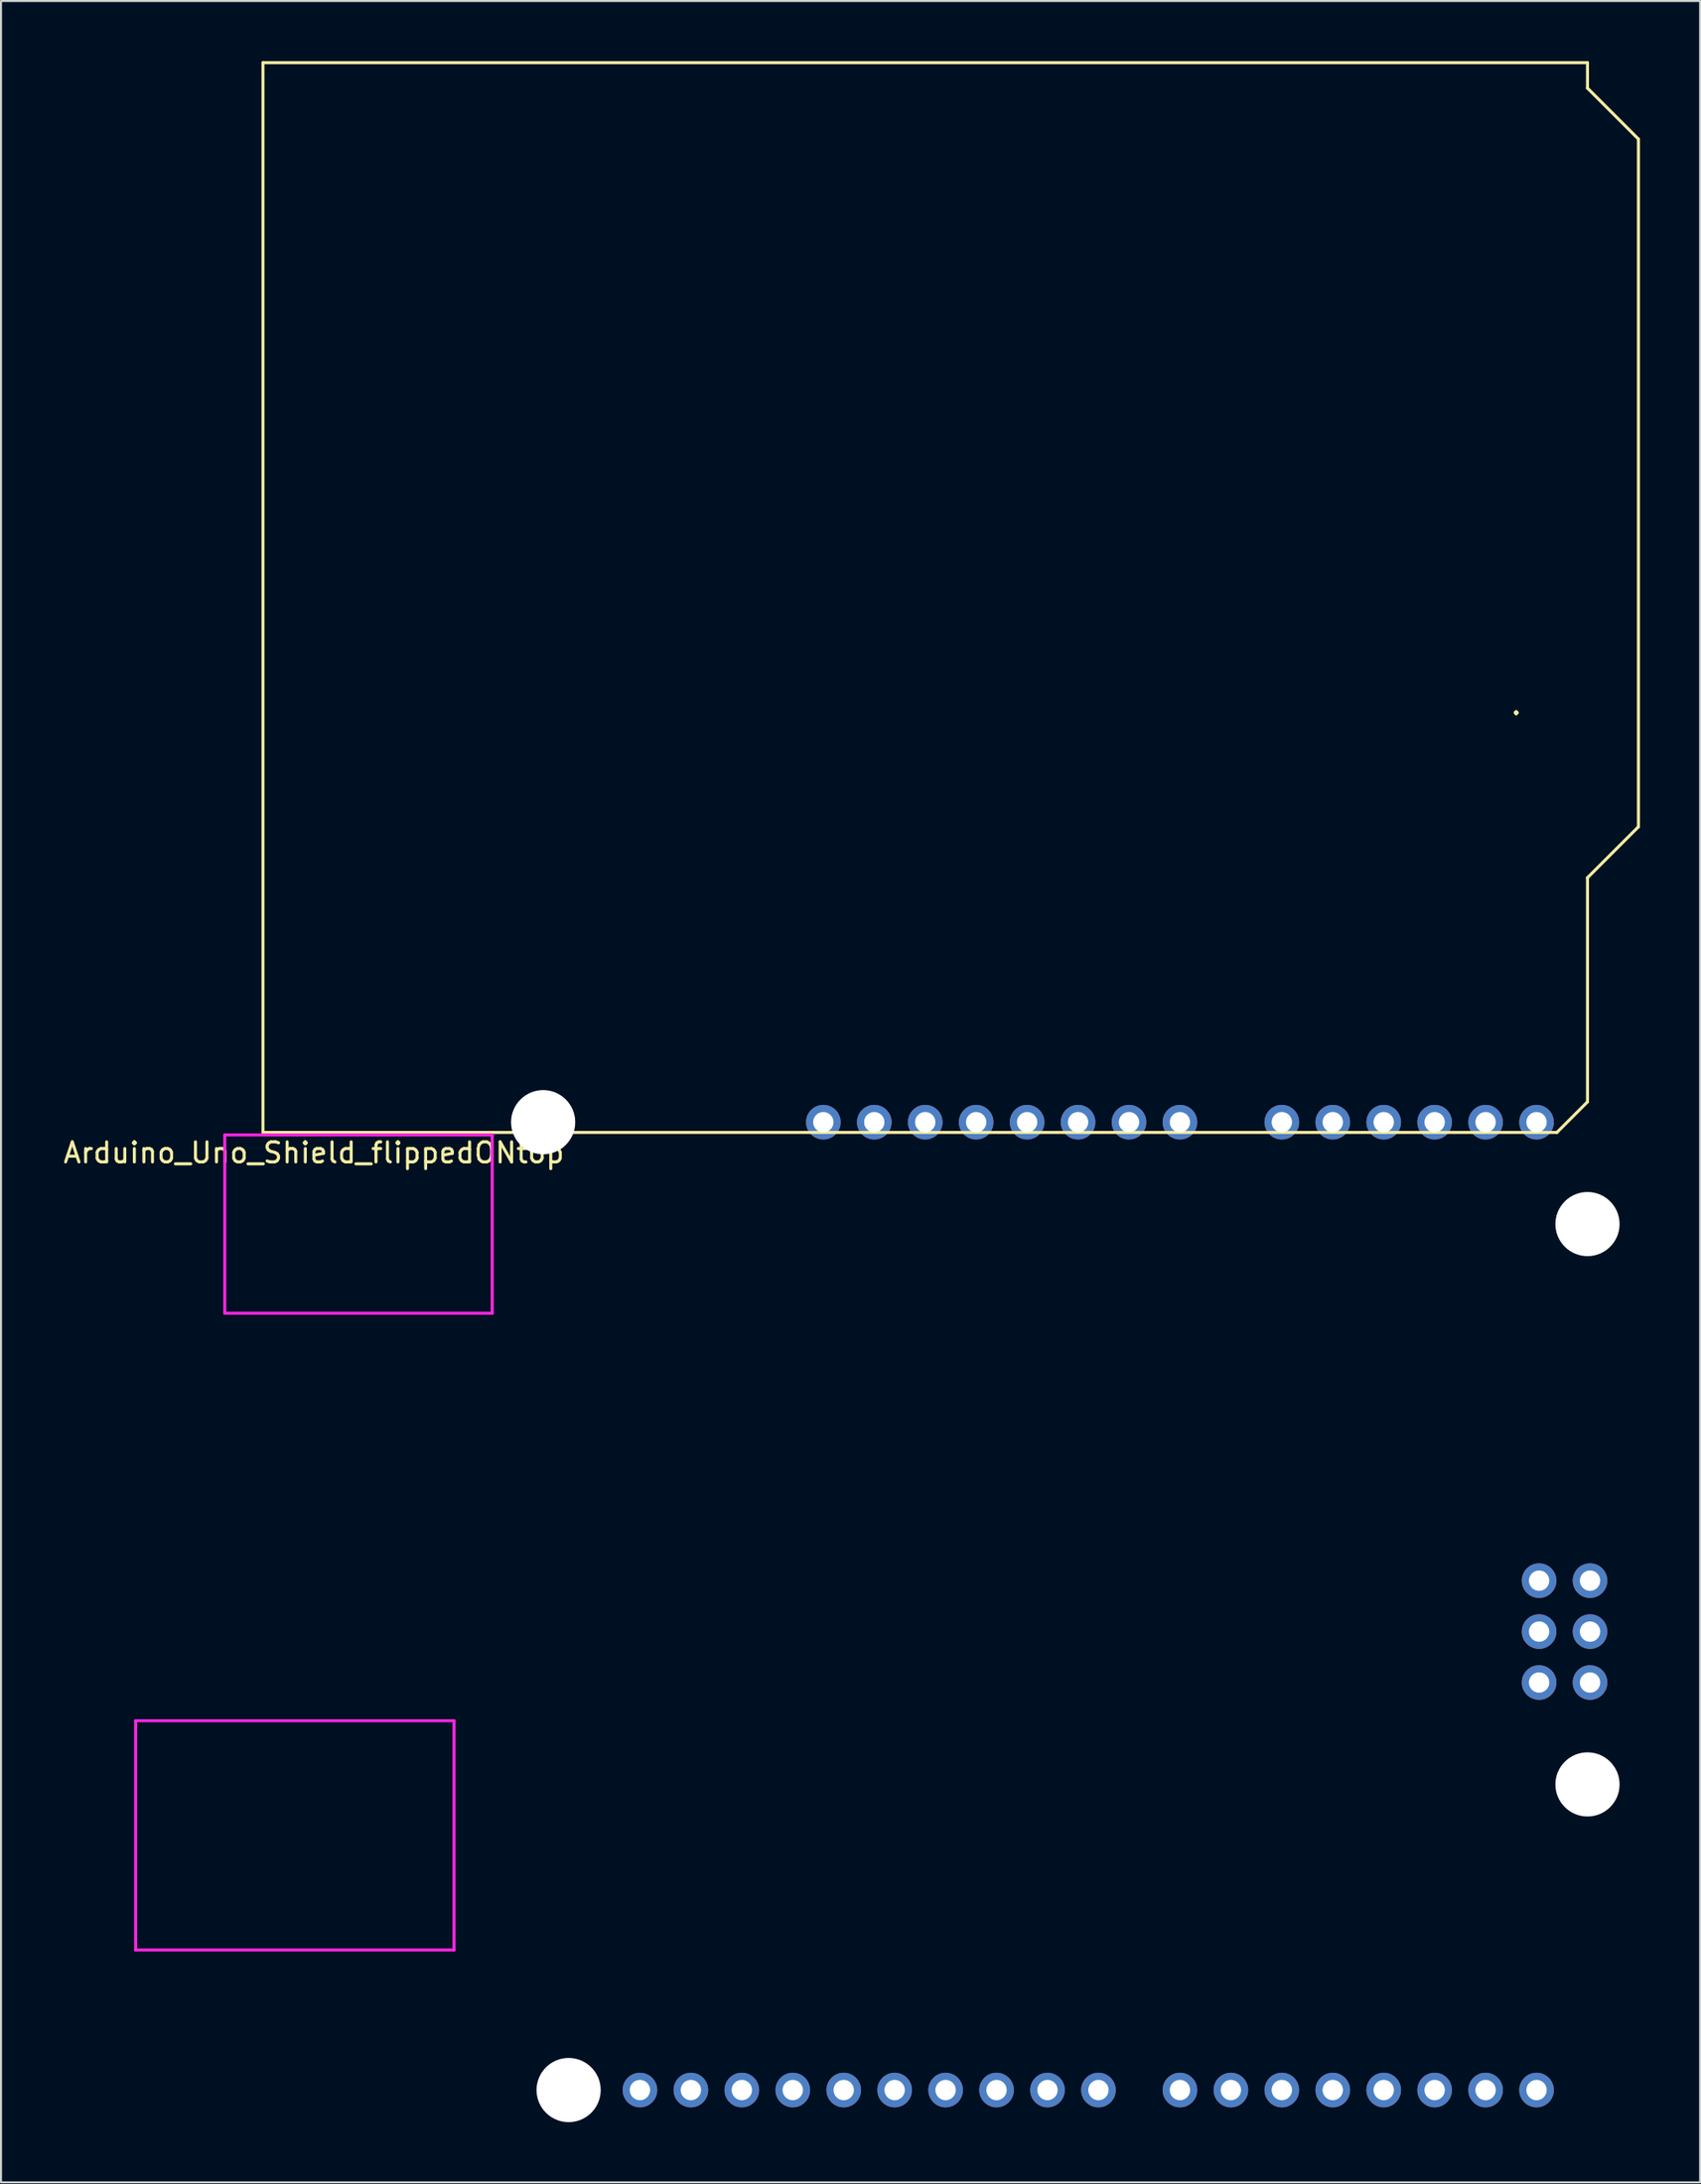
<source format=kicad_pcb>
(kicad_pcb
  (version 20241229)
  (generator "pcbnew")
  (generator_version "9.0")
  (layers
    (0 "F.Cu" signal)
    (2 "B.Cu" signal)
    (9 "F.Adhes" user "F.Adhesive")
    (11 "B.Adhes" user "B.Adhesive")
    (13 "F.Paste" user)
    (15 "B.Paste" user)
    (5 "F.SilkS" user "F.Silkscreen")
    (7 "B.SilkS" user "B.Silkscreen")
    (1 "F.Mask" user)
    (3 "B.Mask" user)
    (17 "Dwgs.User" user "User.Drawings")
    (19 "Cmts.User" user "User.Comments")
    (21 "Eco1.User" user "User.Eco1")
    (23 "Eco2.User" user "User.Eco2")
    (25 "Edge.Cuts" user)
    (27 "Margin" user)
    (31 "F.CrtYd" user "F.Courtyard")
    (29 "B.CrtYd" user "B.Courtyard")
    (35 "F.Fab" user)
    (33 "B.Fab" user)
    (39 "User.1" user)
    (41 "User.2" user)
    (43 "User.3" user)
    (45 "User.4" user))
  (footprint "Arduino_Uno_Shield_flippedONtop"
    (layer "F.Cu")
    (at 10.061 50.365)
    (property "Reference" "Arduino_Uno_Shield_flippedONtop" (at 2.54 4.066 0) (layer "F.SilkS") (effects (font (size 1 1) (thickness 0.15))))
    (attr through_hole)
    (fp_line (start 0 -50.29) (end 66.04 -50.29) (stroke (width 0.15) (type solid)) (layer "F.SilkS"))
    (fp_line (start 0 3.05) (end 0 -50.29) (stroke (width 0.15) (type solid)) (layer "F.SilkS"))
    (fp_line (start 0 3.05) (end 64.516 3.05) (stroke (width 0.15) (type solid)) (layer "F.SilkS"))
    (fp_line (start 64.516 3.05) (end 66.04 1.526) (stroke (width 0.15) (type solid)) (layer "F.SilkS"))
    (fp_line (start 66.04 -50.29) (end 66.04 -49.02) (stroke (width 0.15) (type solid)) (layer "F.SilkS"))
    (fp_line (start 66.04 -49.02) (end 68.58 -46.48) (stroke (width 0.15) (type solid)) (layer "F.SilkS"))
    (fp_line (start 66.04 -9.65) (end 66.04 1.526) (stroke (width 0.15) (type solid)) (layer "F.SilkS"))
    (fp_line (start 68.58 -46.48) (end 68.58 -12.19) (stroke (width 0.15) (type solid)) (layer "F.SilkS"))
    (fp_line (start 68.58 -12.19) (end 66.04 -9.65) (stroke (width 0.15) (type solid)) (layer "F.SilkS"))
    (fp_line (start -6.35 43.815) (end -6.35 32.385) (stroke (width 0.15) (type solid)) (layer "F.CrtYd"))
    (fp_line (start -1.905 3.175) (end 11.43 3.175) (stroke (width 0.15) (type solid)) (layer "F.CrtYd"))
    (fp_line (start -1.905 12.065) (end -1.905 3.175) (stroke (width 0.15) (type solid)) (layer "F.CrtYd"))
    (fp_line (start -1.905 12.065) (end 11.43 12.065) (stroke (width 0.15) (type solid)) (layer "F.CrtYd"))
    (fp_line (start 9.525 32.385) (end -6.35 32.385) (stroke (width 0.15) (type solid)) (layer "F.CrtYd"))
    (fp_line (start 9.525 43.815) (end -6.35 43.815) (stroke (width 0.15) (type solid)) (layer "F.CrtYd"))
    (fp_line (start 9.525 43.815) (end 9.525 32.385) (stroke (width 0.15) (type solid)) (layer "F.CrtYd"))
    (fp_line (start 11.43 12.065) (end 11.43 3.175) (stroke (width 0.15) (type solid)) (layer "F.CrtYd"))
    (fp_text user "." (at 62.484 -18.286 0) (layer "F.SilkS") (effects (font (size 1 1) (thickness 0.15))))
    (pad "" np_thru_hole circle (at 13.97 2.54) (size 3.2 3.2) (drill 3.2) (layers "*.Cu" "*.Mask"))
    (pad "" np_thru_hole circle (at 15.24 50.8) (size 3.2 3.2) (drill 3.2) (layers "*.Cu" "*.Mask"))
    (pad "" thru_hole oval (at 27.94 2.54) (size 1.727 1.727) (drill 1.016) (layers "*.Cu" "*.Mask"))
    (pad "" np_thru_hole circle (at 66.04 7.62) (size 3.2 3.2) (drill 3.2) (layers "*.Cu" "*.Mask"))
    (pad "" np_thru_hole circle (at 66.04 35.56) (size 3.2 3.2) (drill 3.2) (layers "*.Cu" "*.Mask"))
    (pad "3V3" thru_hole oval (at 35.56 2.54) (size 1.727 1.727) (drill 1.016) (layers "*.Cu" "*.Mask"))
    (pad "5V1" thru_hole oval (at 38.1 2.54) (size 1.727 1.727) (drill 1.016) (layers "*.Cu" "*.Mask"))
    (pad "5V2" thru_hole oval (at 66.167 30.48) (size 1.727 1.727) (drill 1.016) (layers "*.Cu" "*.Mask"))
    (pad "A0" thru_hole oval (at 50.8 2.54) (size 1.727 1.727) (drill 1.016) (layers "*.Cu" "*.Mask"))
    (pad "A1" thru_hole oval (at 53.34 2.54) (size 1.727 1.727) (drill 1.016) (layers "*.Cu" "*.Mask"))
    (pad "A2" thru_hole oval (at 55.88 2.54) (size 1.727 1.727) (drill 1.016) (layers "*.Cu" "*.Mask"))
    (pad "A3" thru_hole oval (at 58.42 2.54) (size 1.727 1.727) (drill 1.016) (layers "*.Cu" "*.Mask"))
    (pad "A4" thru_hole oval (at 60.96 2.54) (size 1.727 1.727) (drill 1.016) (layers "*.Cu" "*.Mask"))
    (pad "A5" thru_hole oval (at 63.5 2.54) (size 1.727 1.727) (drill 1.016) (layers "*.Cu" "*.Mask"))
    (pad "AREF" thru_hole oval (at 23.876 50.8) (size 1.727 1.727) (drill 1.016) (layers "*.Cu" "*.Mask"))
    (pad "D0" thru_hole oval (at 63.5 50.8) (size 1.727 1.727) (drill 1.016) (layers "*.Cu" "*.Mask"))
    (pad "D1" thru_hole oval (at 60.96 50.8) (size 1.727 1.727) (drill 1.016) (layers "*.Cu" "*.Mask"))
    (pad "D2" thru_hole oval (at 58.42 50.8) (size 1.727 1.727) (drill 1.016) (layers "*.Cu" "*.Mask"))
    (pad "D3" thru_hole oval (at 55.88 50.8) (size 1.727 1.727) (drill 1.016) (layers "*.Cu" "*.Mask"))
    (pad "D4" thru_hole oval (at 53.34 50.8) (size 1.727 1.727) (drill 1.016) (layers "*.Cu" "*.Mask"))
    (pad "D5" thru_hole oval (at 50.8 50.8) (size 1.727 1.727) (drill 1.016) (layers "*.Cu" "*.Mask"))
    (pad "D6" thru_hole oval (at 48.26 50.8) (size 1.727 1.727) (drill 1.016) (layers "*.Cu" "*.Mask"))
    (pad "D7" thru_hole oval (at 45.72 50.8) (size 1.727 1.727) (drill 1.016) (layers "*.Cu" "*.Mask"))
    (pad "D8" thru_hole oval (at 41.656 50.8) (size 1.727 1.727) (drill 1.016) (layers "*.Cu" "*.Mask"))
    (pad "D9" thru_hole oval (at 39.116 50.8) (size 1.727 1.727) (drill 1.016) (layers "*.Cu" "*.Mask"))
    (pad "D10" thru_hole oval (at 36.576 50.8) (size 1.727 1.727) (drill 1.016) (layers "*.Cu" "*.Mask"))
    (pad "D11" thru_hole oval (at 34.036 50.8) (size 1.727 1.727) (drill 1.016) (layers "*.Cu" "*.Mask"))
    (pad "D12" thru_hole oval (at 31.496 50.8) (size 1.727 1.727) (drill 1.016) (layers "*.Cu" "*.Mask"))
    (pad "D13" thru_hole oval (at 28.956 50.8) (size 1.727 1.727) (drill 1.016) (layers "*.Cu" "*.Mask"))
    (pad "GND1" thru_hole oval (at 26.416 50.8) (size 1.727 1.727) (drill 1.016) (layers "*.Cu" "*.Mask"))
    (pad "GND2" thru_hole oval (at 40.64 2.54) (size 1.727 1.727) (drill 1.016) (layers "*.Cu" "*.Mask"))
    (pad "GND3" thru_hole oval (at 43.18 2.54) (size 1.727 1.727) (drill 1.016) (layers "*.Cu" "*.Mask"))
    (pad "GND4" thru_hole oval (at 66.167 25.4) (size 1.727 1.727) (drill 1.016) (layers "*.Cu" "*.Mask"))
    (pad "IORF" thru_hole oval (at 30.48 2.54) (size 1.727 1.727) (drill 1.016) (layers "*.Cu" "*.Mask"))
    (pad "MISO" thru_hole oval (at 63.627 30.48) (size 1.727 1.727) (drill 1.016) (layers "*.Cu" "*.Mask"))
    (pad "MOSI" thru_hole oval (at 66.167 27.94) (size 1.727 1.727) (drill 1.016) (layers "*.Cu" "*.Mask"))
    (pad "RST1" thru_hole oval (at 33.02 2.54) (size 1.727 1.727) (drill 1.016) (layers "*.Cu" "*.Mask"))
    (pad "RST2" thru_hole oval (at 63.627 25.4) (size 1.727 1.727) (drill 1.016) (layers "*.Cu" "*.Mask"))
    (pad "SCK" thru_hole oval (at 63.627 27.94) (size 1.727 1.727) (drill 1.016) (layers "*.Cu" "*.Mask"))
    (pad "SCL" thru_hole oval (at 18.796 50.8) (size 1.727 1.727) (drill 1.016) (layers "*.Cu" "*.Mask"))
    (pad "SDA" thru_hole oval (at 21.336 50.8) (size 1.727 1.727) (drill 1.016) (layers "*.Cu" "*.Mask"))
    (pad "VIN" thru_hole oval (at 45.72 2.54) (size 1.727 1.727) (drill 1.016) (layers "*.Cu" "*.Mask")))
  (gr_rect
    (start -3 -3)
    (end 81.716 105.765)
    (stroke (width 0.1) (type default))
    (fill no)
    (layer "Edge.Cuts")))
</source>
